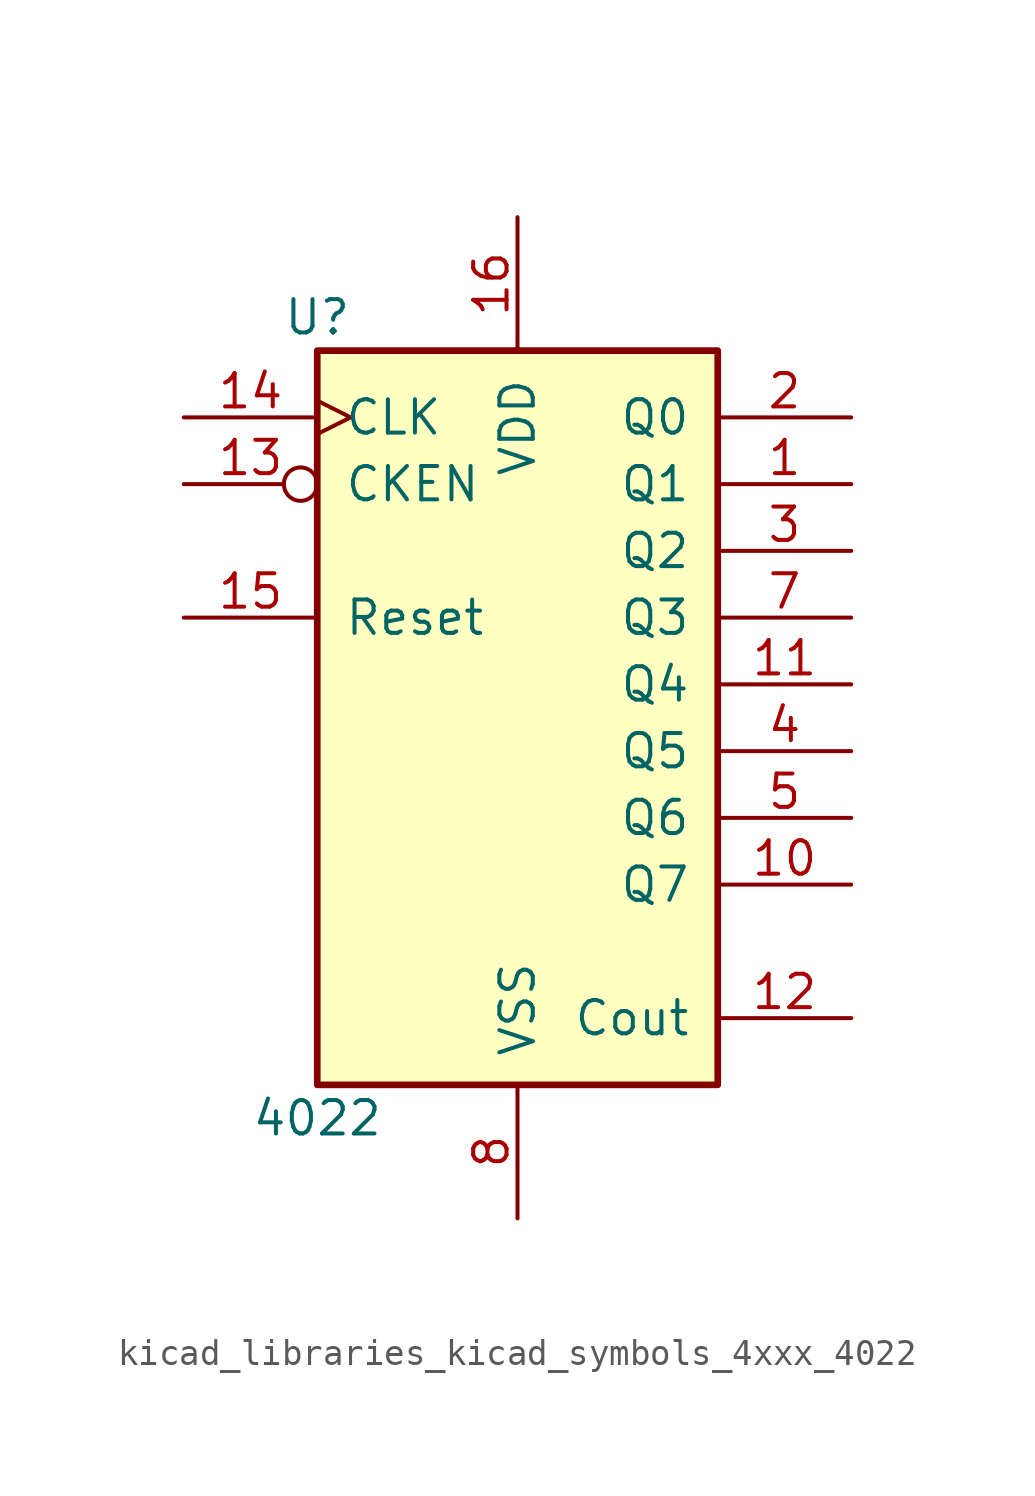
<source format=kicad_sym>
(kicad_symbol_lib
  (version 20220914)
  (generator kicad_symbol_editor)
  (symbol "kicad_libraries_kicad_symbols_4xxx_4022"
    (pin_names
      (offset 1.016))
    (property "Reference" "U"
      (at -7.62 13.97 0)
      (effects (font (size 1.27 1.27))))
    (property "Value" "4022"
      (at -7.62 -16.51 0)
      (effects (font (size 1.27 1.27))))
    (property "ki_locked" ""
      (at 0 0 0)
      (effects (font (size 1.27 1.27))))
    (symbol "kicad_libraries_kicad_symbols_4xxx_4022_1_0"
      (pin output line (at 12.7 7.62 180) (length 5.08) (name "Q1" (effects (font (size 1.27 1.27)))) (number "1" (effects (font (size 1.27 1.27)))))
      (pin output line (at 12.7 -7.62 180) (length 5.08) (name "Q7" (effects (font (size 1.27 1.27)))) (number "10" (effects (font (size 1.27 1.27)))))
      (pin output line (at 12.7 0 180) (length 5.08) (name "Q4" (effects (font (size 1.27 1.27)))) (number "11" (effects (font (size 1.27 1.27)))))
      (pin output line (at 12.7 -12.7 180) (length 5.08) (name "Cout" (effects (font (size 1.27 1.27)))) (number "12" (effects (font (size 1.27 1.27)))))
      (pin input inverted (at -12.7 7.62 0) (length 5.08) (name "CKEN" (effects (font (size 1.27 1.27)))) (number "13" (effects (font (size 1.27 1.27)))))
      (pin input clock (at -12.7 10.16 0) (length 5.08) (name "CLK" (effects (font (size 1.27 1.27)))) (number "14" (effects (font (size 1.27 1.27)))))
      (pin input line (at -12.7 2.54 0) (length 5.08) (name "Reset" (effects (font (size 1.27 1.27)))) (number "15" (effects (font (size 1.27 1.27)))))
      (pin power_in line (at 0 17.78 270) (length 5.08) (name "VDD" (effects (font (size 1.27 1.27)))) (number "16" (effects (font (size 1.27 1.27)))))
      (pin output line (at 12.7 10.16 180) (length 5.08) (name "Q0" (effects (font (size 1.27 1.27)))) (number "2" (effects (font (size 1.27 1.27)))))
      (pin output line (at 12.7 5.08 180) (length 5.08) (name "Q2" (effects (font (size 1.27 1.27)))) (number "3" (effects (font (size 1.27 1.27)))))
      (pin output line (at 12.7 -2.54 180) (length 5.08) (name "Q5" (effects (font (size 1.27 1.27)))) (number "4" (effects (font (size 1.27 1.27)))))
      (pin output line (at 12.7 -5.08 180) (length 5.08) (name "Q6" (effects (font (size 1.27 1.27)))) (number "5" (effects (font (size 1.27 1.27)))))
      (pin output line (at 12.7 2.54 180) (length 5.08) (name "Q3" (effects (font (size 1.27 1.27)))) (number "7" (effects (font (size 1.27 1.27)))))
      (pin power_in line (at 0 -20.32 90) (length 5.08) (name "VSS" (effects (font (size 1.27 1.27)))) (number "8" (effects (font (size 1.27 1.27))))))
    (symbol "kicad_libraries_kicad_symbols_4xxx_4022_1_1"
      (rectangle (start -7.62 12.7) (end 7.62 -15.24) (stroke (width 0.254) (type default)) (fill (type background))))))
</source>
